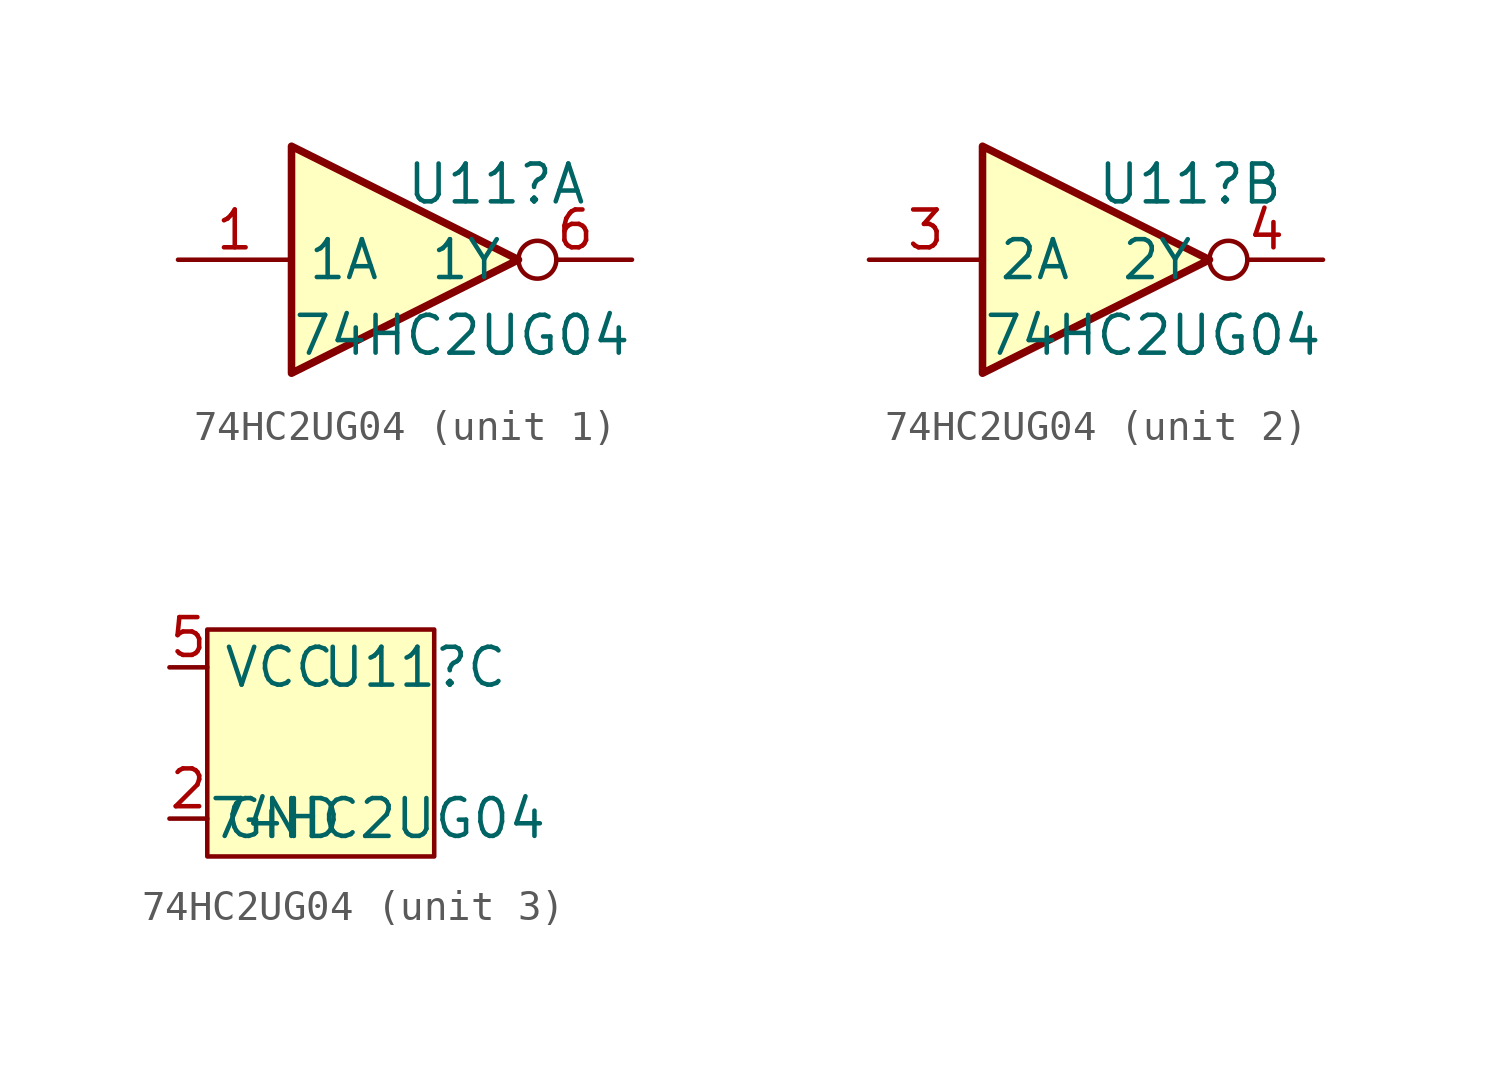
<source format=kicad_sym>
(kicad_symbol_lib
  (version 20220914)
  (generator kicad_symbol_editor)
  (symbol "74HC2UG04"
    (property "Reference" "U11"
      (at 0 2.54 0)
      (effects (font (size 1.27 1.27)) (justify left)))
    (property "Value" "74HC2UG04"
      (at -3.81 -2.54 0)
      (effects (font (size 1.27 1.27)) (justify left)))
    (property "ki_locked" ""
      (at 0 0 0)
      (effects (font (size 1.27 1.27))))
    (symbol "74HC2UG04_1_0"
      (polyline (pts (xy -3.81 3.81) (xy -3.81 -3.81) (xy 3.81 0) (xy -3.81 3.81)) (stroke (width 0.254) (type solid)) (fill (type background)))
      (pin input line (at -7.62 0 0) (length 3.81) (name "1A" (effects (font (size 1.27 1.27)))) (number "1" (effects (font (size 1.27 1.27)))))
      (pin output inverted (at 7.62 0 180) (length 3.81) (name "1Y" (effects (font (size 1.27 1.27)))) (number "6" (effects (font (size 1.27 1.27))))))
    (symbol "74HC2UG04_2_0"
      (polyline (pts (xy -3.81 3.81) (xy -3.81 -3.81) (xy 3.81 0) (xy -3.81 3.81)) (stroke (width 0.254) (type solid)) (fill (type background)))
      (pin input line (at -7.62 0 0) (length 3.81) (name "2A" (effects (font (size 1.27 1.27)))) (number "3" (effects (font (size 1.27 1.27)))))
      (pin output inverted (at 7.62 0 180) (length 3.81) (name "2Y" (effects (font (size 1.27 1.27)))) (number "4" (effects (font (size 1.27 1.27))))))
    (symbol "74HC2UG04_3_0"
      (pin power_in line (at -5.08 -2.54 0) (length 1.27) (name "GND" (effects (font (size 1.27 1.27)))) (number "2" (effects (font (size 1.27 1.27)))))
      (pin power_in line (at -5.08 2.54 0) (length 1.27) (name "VCC" (effects (font (size 1.27 1.27)))) (number "5" (effects (font (size 1.27 1.27))))))
    (symbol "74HC2UG04_3_1"
      (rectangle (start 3.81 3.81) (end -3.81 -3.81) (stroke (width 0) (type solid)) (fill (type background))))))
</source>
